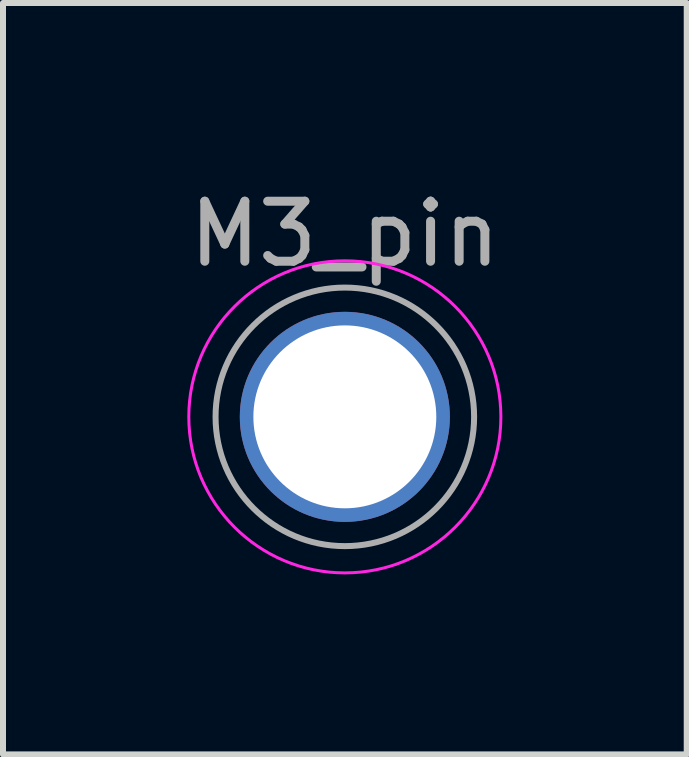
<source format=kicad_pcb>
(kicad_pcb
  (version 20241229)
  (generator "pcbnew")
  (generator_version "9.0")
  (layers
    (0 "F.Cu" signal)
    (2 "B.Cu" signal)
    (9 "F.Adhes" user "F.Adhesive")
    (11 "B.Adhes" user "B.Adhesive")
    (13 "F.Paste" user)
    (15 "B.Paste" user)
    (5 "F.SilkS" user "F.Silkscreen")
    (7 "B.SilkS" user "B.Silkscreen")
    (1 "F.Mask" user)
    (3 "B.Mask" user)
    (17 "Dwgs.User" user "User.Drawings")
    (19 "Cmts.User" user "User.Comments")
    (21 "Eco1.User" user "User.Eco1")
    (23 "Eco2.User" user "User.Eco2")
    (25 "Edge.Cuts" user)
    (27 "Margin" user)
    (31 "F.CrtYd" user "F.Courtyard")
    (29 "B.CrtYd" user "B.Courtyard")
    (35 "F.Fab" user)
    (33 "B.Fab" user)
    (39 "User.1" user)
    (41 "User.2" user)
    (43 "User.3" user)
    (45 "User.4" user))
  (footprint "M3_pin"
    (layer "F.Cu")
    (at 2.696 3.896)
    (property "Reference" "M3_pin" (at 0 -3.048 0) (layer "F.Fab") (effects (font (size 1 1) (thickness 0.15))))
    (attr through_hole)
    (fp_circle (center 0 0) (end 2.6 0) (stroke (width 0.05) (type solid)) (fill no) (layer "F.CrtYd"))
    (fp_circle (center 0 0) (end 2 0.8) (stroke (width 0.1) (type solid)) (fill no) (layer "F.Fab"))
    (pad "1" thru_hole circle (at 0 0) (size 3.5 3.5) (drill 3.048) (layers "*.Cu" "*.Mask")))
  (gr_rect
    (start -3 -3)
    (end 8.393 9.521)
    (stroke (width 0.1) (type default))
    (fill no)
    (layer "Edge.Cuts")))
</source>
